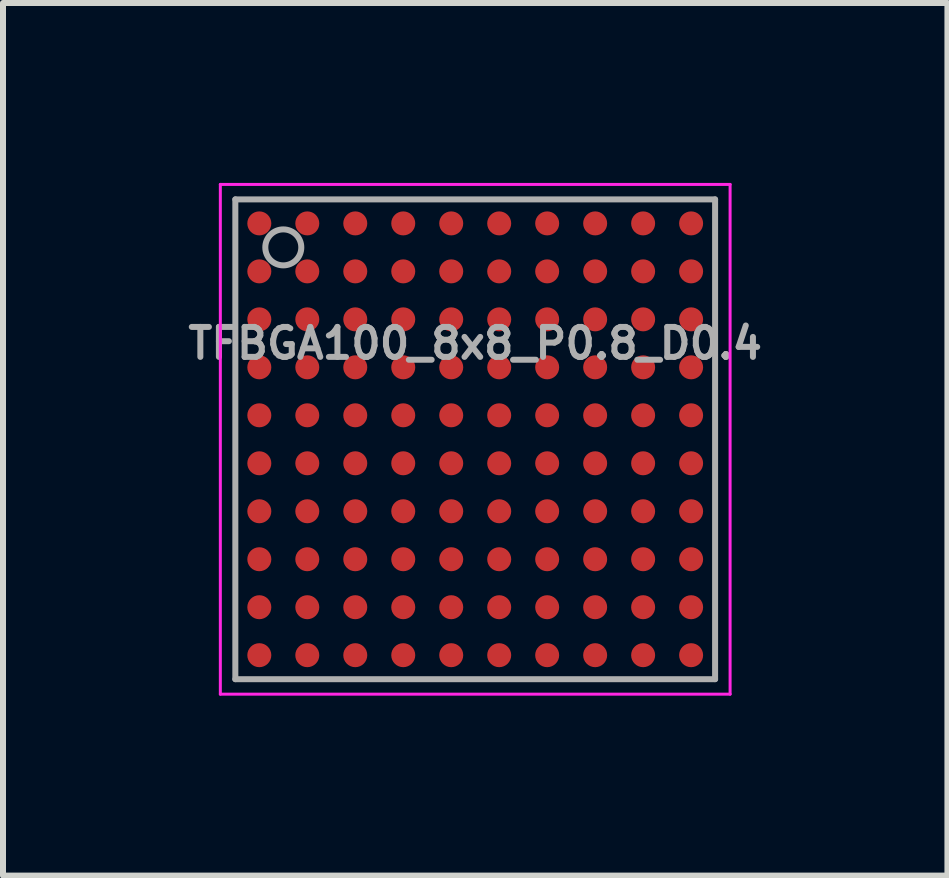
<source format=kicad_pcb>
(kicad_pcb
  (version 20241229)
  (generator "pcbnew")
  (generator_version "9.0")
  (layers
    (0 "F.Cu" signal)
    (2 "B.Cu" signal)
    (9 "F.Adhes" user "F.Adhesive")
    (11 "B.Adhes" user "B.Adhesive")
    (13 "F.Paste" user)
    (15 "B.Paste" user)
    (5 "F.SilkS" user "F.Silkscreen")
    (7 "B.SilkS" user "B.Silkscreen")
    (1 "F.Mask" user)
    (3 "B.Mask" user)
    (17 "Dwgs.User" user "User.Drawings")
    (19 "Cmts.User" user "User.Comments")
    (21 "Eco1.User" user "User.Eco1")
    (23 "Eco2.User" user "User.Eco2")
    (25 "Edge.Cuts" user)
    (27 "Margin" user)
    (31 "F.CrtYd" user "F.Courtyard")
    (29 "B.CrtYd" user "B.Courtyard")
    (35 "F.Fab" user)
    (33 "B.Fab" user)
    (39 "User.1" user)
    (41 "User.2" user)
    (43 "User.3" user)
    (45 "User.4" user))
  (footprint "TFBGA100_8x8_P0.8_D0.4"
    (layer "F.Cu")
    (at 4.874 4.275)
    (property "Reference" "TFBGA100_8x8_P0.8_D0.4" (at 0 -1.6 0) (layer "F.Fab") (effects (font (size 0.5 0.5) (thickness 0.1))))
    (attr smd)
    (fp_line (start -4.25 -4.25) (end 4.25 -4.25) (stroke (width 0.05) (type solid)) (layer "F.CrtYd"))
    (fp_line (start -4.25 4.25) (end -4.25 -4.25) (stroke (width 0.05) (type solid)) (layer "F.CrtYd"))
    (fp_line (start 4.25 -4.25) (end 4.25 4.25) (stroke (width 0.05) (type solid)) (layer "F.CrtYd"))
    (fp_line (start 4.25 4.25) (end -4.25 4.25) (stroke (width 0.05) (type solid)) (layer "F.CrtYd"))
    (fp_line (start -4 -4) (end -4 4) (stroke (width 0.1) (type solid)) (layer "F.Fab"))
    (fp_line (start -4 4) (end 4 4) (stroke (width 0.1) (type solid)) (layer "F.Fab"))
    (fp_line (start 4 -4) (end -4 -4) (stroke (width 0.1) (type solid)) (layer "F.Fab"))
    (fp_line (start 4 4) (end 4 -4) (stroke (width 0.1) (type solid)) (layer "F.Fab"))
    (fp_circle (center -3.2 -3.2) (end -2.9 -3.2) (stroke (width 0.1) (type solid)) (fill no) (layer "F.Fab"))
    (pad "A1" smd circle (at -3.6 -3.6) (size 0.4 0.4) (layers "F.Cu" "F.Mask" "F.Paste"))
    (pad "A2" smd circle (at -2.8 -3.6) (size 0.4 0.4) (layers "F.Cu" "F.Mask" "F.Paste"))
    (pad "A3" smd circle (at -2 -3.6) (size 0.4 0.4) (layers "F.Cu" "F.Mask" "F.Paste"))
    (pad "A4" smd circle (at -1.2 -3.6) (size 0.4 0.4) (layers "F.Cu" "F.Mask" "F.Paste"))
    (pad "A5" smd circle (at -0.4 -3.6) (size 0.4 0.4) (layers "F.Cu" "F.Mask" "F.Paste"))
    (pad "A6" smd circle (at 0.4 -3.6) (size 0.4 0.4) (layers "F.Cu" "F.Mask" "F.Paste"))
    (pad "A7" smd circle (at 1.2 -3.6) (size 0.4 0.4) (layers "F.Cu" "F.Mask" "F.Paste"))
    (pad "A8" smd circle (at 2 -3.6) (size 0.4 0.4) (layers "F.Cu" "F.Mask" "F.Paste"))
    (pad "A9" smd circle (at 2.8 -3.6) (size 0.4 0.4) (layers "F.Cu" "F.Mask" "F.Paste"))
    (pad "A10" smd circle (at 3.6 -3.6) (size 0.4 0.4) (layers "F.Cu" "F.Mask" "F.Paste"))
    (pad "B1" smd circle (at -3.6 -2.8) (size 0.4 0.4) (layers "F.Cu" "F.Mask" "F.Paste"))
    (pad "B2" smd circle (at -2.8 -2.8) (size 0.4 0.4) (layers "F.Cu" "F.Mask" "F.Paste"))
    (pad "B3" smd circle (at -2 -2.8) (size 0.4 0.4) (layers "F.Cu" "F.Mask" "F.Paste"))
    (pad "B4" smd circle (at -1.2 -2.8) (size 0.4 0.4) (layers "F.Cu" "F.Mask" "F.Paste"))
    (pad "B5" smd circle (at -0.4 -2.8) (size 0.4 0.4) (layers "F.Cu" "F.Mask" "F.Paste"))
    (pad "B6" smd circle (at 0.4 -2.8) (size 0.4 0.4) (layers "F.Cu" "F.Mask" "F.Paste"))
    (pad "B7" smd circle (at 1.2 -2.8) (size 0.4 0.4) (layers "F.Cu" "F.Mask" "F.Paste"))
    (pad "B8" smd circle (at 2 -2.8) (size 0.4 0.4) (layers "F.Cu" "F.Mask" "F.Paste"))
    (pad "B9" smd circle (at 2.8 -2.8) (size 0.4 0.4) (layers "F.Cu" "F.Mask" "F.Paste"))
    (pad "B10" smd circle (at 3.6 -2.8) (size 0.4 0.4) (layers "F.Cu" "F.Mask" "F.Paste"))
    (pad "C1" smd circle (at -3.6 -2) (size 0.4 0.4) (layers "F.Cu" "F.Mask" "F.Paste"))
    (pad "C2" smd circle (at -2.8 -2) (size 0.4 0.4) (layers "F.Cu" "F.Mask" "F.Paste"))
    (pad "C3" smd circle (at -2 -2) (size 0.4 0.4) (layers "F.Cu" "F.Mask" "F.Paste"))
    (pad "C4" smd circle (at -1.2 -2) (size 0.4 0.4) (layers "F.Cu" "F.Mask" "F.Paste"))
    (pad "C5" smd circle (at -0.4 -2) (size 0.4 0.4) (layers "F.Cu" "F.Mask" "F.Paste"))
    (pad "C6" smd circle (at 0.4 -2) (size 0.4 0.4) (layers "F.Cu" "F.Mask" "F.Paste"))
    (pad "C7" smd circle (at 1.2 -2) (size 0.4 0.4) (layers "F.Cu" "F.Mask" "F.Paste"))
    (pad "C8" smd circle (at 2 -2) (size 0.4 0.4) (layers "F.Cu" "F.Mask" "F.Paste"))
    (pad "C9" smd circle (at 2.8 -2) (size 0.4 0.4) (layers "F.Cu" "F.Mask" "F.Paste"))
    (pad "C10" smd circle (at 3.6 -2) (size 0.4 0.4) (layers "F.Cu" "F.Mask" "F.Paste"))
    (pad "D1" smd circle (at -3.6 -1.2) (size 0.4 0.4) (layers "F.Cu" "F.Mask" "F.Paste"))
    (pad "D2" smd circle (at -2.8 -1.2) (size 0.4 0.4) (layers "F.Cu" "F.Mask" "F.Paste"))
    (pad "D3" smd circle (at -2 -1.2) (size 0.4 0.4) (layers "F.Cu" "F.Mask" "F.Paste"))
    (pad "D4" smd circle (at -1.2 -1.2) (size 0.4 0.4) (layers "F.Cu" "F.Mask" "F.Paste"))
    (pad "D5" smd circle (at -0.4 -1.2) (size 0.4 0.4) (layers "F.Cu" "F.Mask" "F.Paste"))
    (pad "D6" smd circle (at 0.4 -1.2) (size 0.4 0.4) (layers "F.Cu" "F.Mask" "F.Paste"))
    (pad "D7" smd circle (at 1.2 -1.2) (size 0.4 0.4) (layers "F.Cu" "F.Mask" "F.Paste"))
    (pad "D8" smd circle (at 2 -1.2) (size 0.4 0.4) (layers "F.Cu" "F.Mask" "F.Paste"))
    (pad "D9" smd circle (at 2.8 -1.2) (size 0.4 0.4) (layers "F.Cu" "F.Mask" "F.Paste"))
    (pad "D10" smd circle (at 3.6 -1.2) (size 0.4 0.4) (layers "F.Cu" "F.Mask" "F.Paste"))
    (pad "E1" smd circle (at -3.6 -0.4) (size 0.4 0.4) (layers "F.Cu" "F.Mask" "F.Paste"))
    (pad "E2" smd circle (at -2.8 -0.4) (size 0.4 0.4) (layers "F.Cu" "F.Mask" "F.Paste"))
    (pad "E3" smd circle (at -2 -0.4) (size 0.4 0.4) (layers "F.Cu" "F.Mask" "F.Paste"))
    (pad "E4" smd circle (at -1.2 -0.4) (size 0.4 0.4) (layers "F.Cu" "F.Mask" "F.Paste"))
    (pad "E5" smd circle (at -0.4 -0.4) (size 0.4 0.4) (layers "F.Cu" "F.Mask" "F.Paste"))
    (pad "E6" smd circle (at 0.4 -0.4) (size 0.4 0.4) (layers "F.Cu" "F.Mask" "F.Paste"))
    (pad "E7" smd circle (at 1.2 -0.4) (size 0.4 0.4) (layers "F.Cu" "F.Mask" "F.Paste"))
    (pad "E8" smd circle (at 2 -0.4) (size 0.4 0.4) (layers "F.Cu" "F.Mask" "F.Paste"))
    (pad "E9" smd circle (at 2.8 -0.4) (size 0.4 0.4) (layers "F.Cu" "F.Mask" "F.Paste"))
    (pad "E10" smd circle (at 3.6 -0.4) (size 0.4 0.4) (layers "F.Cu" "F.Mask" "F.Paste"))
    (pad "F1" smd circle (at -3.6 0.4) (size 0.4 0.4) (layers "F.Cu" "F.Mask" "F.Paste"))
    (pad "F2" smd circle (at -2.8 0.4) (size 0.4 0.4) (layers "F.Cu" "F.Mask" "F.Paste"))
    (pad "F3" smd circle (at -2 0.4) (size 0.4 0.4) (layers "F.Cu" "F.Mask" "F.Paste"))
    (pad "F4" smd circle (at -1.2 0.4) (size 0.4 0.4) (layers "F.Cu" "F.Mask" "F.Paste"))
    (pad "F5" smd circle (at -0.4 0.4) (size 0.4 0.4) (layers "F.Cu" "F.Mask" "F.Paste"))
    (pad "F6" smd circle (at 0.4 0.4) (size 0.4 0.4) (layers "F.Cu" "F.Mask" "F.Paste"))
    (pad "F7" smd circle (at 1.2 0.4) (size 0.4 0.4) (layers "F.Cu" "F.Mask" "F.Paste"))
    (pad "F8" smd circle (at 2 0.4) (size 0.4 0.4) (layers "F.Cu" "F.Mask" "F.Paste"))
    (pad "F9" smd circle (at 2.8 0.4) (size 0.4 0.4) (layers "F.Cu" "F.Mask" "F.Paste"))
    (pad "F10" smd circle (at 3.6 0.4) (size 0.4 0.4) (layers "F.Cu" "F.Mask" "F.Paste"))
    (pad "G1" smd circle (at -3.6 1.2) (size 0.4 0.4) (layers "F.Cu" "F.Mask" "F.Paste"))
    (pad "G2" smd circle (at -2.8 1.2) (size 0.4 0.4) (layers "F.Cu" "F.Mask" "F.Paste"))
    (pad "G3" smd circle (at -2 1.2) (size 0.4 0.4) (layers "F.Cu" "F.Mask" "F.Paste"))
    (pad "G4" smd circle (at -1.2 1.2) (size 0.4 0.4) (layers "F.Cu" "F.Mask" "F.Paste"))
    (pad "G5" smd circle (at -0.4 1.2) (size 0.4 0.4) (layers "F.Cu" "F.Mask" "F.Paste"))
    (pad "G6" smd circle (at 0.4 1.2) (size 0.4 0.4) (layers "F.Cu" "F.Mask" "F.Paste"))
    (pad "G7" smd circle (at 1.2 1.2) (size 0.4 0.4) (layers "F.Cu" "F.Mask" "F.Paste"))
    (pad "G8" smd circle (at 2 1.2) (size 0.4 0.4) (layers "F.Cu" "F.Mask" "F.Paste"))
    (pad "G9" smd circle (at 2.8 1.2) (size 0.4 0.4) (layers "F.Cu" "F.Mask" "F.Paste"))
    (pad "G10" smd circle (at 3.6 1.2) (size 0.4 0.4) (layers "F.Cu" "F.Mask" "F.Paste"))
    (pad "H1" smd circle (at -3.6 2) (size 0.4 0.4) (layers "F.Cu" "F.Mask" "F.Paste"))
    (pad "H2" smd circle (at -2.8 2) (size 0.4 0.4) (layers "F.Cu" "F.Mask" "F.Paste"))
    (pad "H3" smd circle (at -2 2) (size 0.4 0.4) (layers "F.Cu" "F.Mask" "F.Paste"))
    (pad "H4" smd circle (at -1.2 2) (size 0.4 0.4) (layers "F.Cu" "F.Mask" "F.Paste"))
    (pad "H5" smd circle (at -0.4 2) (size 0.4 0.4) (layers "F.Cu" "F.Mask" "F.Paste"))
    (pad "H6" smd circle (at 0.4 2) (size 0.4 0.4) (layers "F.Cu" "F.Mask" "F.Paste"))
    (pad "H7" smd circle (at 1.2 2) (size 0.4 0.4) (layers "F.Cu" "F.Mask" "F.Paste"))
    (pad "H8" smd circle (at 2 2) (size 0.4 0.4) (layers "F.Cu" "F.Mask" "F.Paste"))
    (pad "H9" smd circle (at 2.8 2) (size 0.4 0.4) (layers "F.Cu" "F.Mask" "F.Paste"))
    (pad "H10" smd circle (at 3.6 2) (size 0.4 0.4) (layers "F.Cu" "F.Mask" "F.Paste"))
    (pad "J1" smd circle (at -3.6 2.8) (size 0.4 0.4) (layers "F.Cu" "F.Mask" "F.Paste"))
    (pad "J2" smd circle (at -2.8 2.8) (size 0.4 0.4) (layers "F.Cu" "F.Mask" "F.Paste"))
    (pad "J3" smd circle (at -2 2.8) (size 0.4 0.4) (layers "F.Cu" "F.Mask" "F.Paste"))
    (pad "J4" smd circle (at -1.2 2.8) (size 0.4 0.4) (layers "F.Cu" "F.Mask" "F.Paste"))
    (pad "J5" smd circle (at -0.4 2.8) (size 0.4 0.4) (layers "F.Cu" "F.Mask" "F.Paste"))
    (pad "J6" smd circle (at 0.4 2.8) (size 0.4 0.4) (layers "F.Cu" "F.Mask" "F.Paste"))
    (pad "J7" smd circle (at 1.2 2.8) (size 0.4 0.4) (layers "F.Cu" "F.Mask" "F.Paste"))
    (pad "J8" smd circle (at 2 2.8) (size 0.4 0.4) (layers "F.Cu" "F.Mask" "F.Paste"))
    (pad "J9" smd circle (at 2.8 2.8) (size 0.4 0.4) (layers "F.Cu" "F.Mask" "F.Paste"))
    (pad "J10" smd circle (at 3.6 2.8) (size 0.4 0.4) (layers "F.Cu" "F.Mask" "F.Paste"))
    (pad "K1" smd circle (at -3.6 3.6) (size 0.4 0.4) (layers "F.Cu" "F.Mask" "F.Paste"))
    (pad "K2" smd circle (at -2.8 3.6) (size 0.4 0.4) (layers "F.Cu" "F.Mask" "F.Paste"))
    (pad "K3" smd circle (at -2 3.6) (size 0.4 0.4) (layers "F.Cu" "F.Mask" "F.Paste"))
    (pad "K4" smd circle (at -1.2 3.6) (size 0.4 0.4) (layers "F.Cu" "F.Mask" "F.Paste"))
    (pad "K5" smd circle (at -0.4 3.6) (size 0.4 0.4) (layers "F.Cu" "F.Mask" "F.Paste"))
    (pad "K6" smd circle (at 0.4 3.6) (size 0.4 0.4) (layers "F.Cu" "F.Mask" "F.Paste"))
    (pad "K7" smd circle (at 1.2 3.6) (size 0.4 0.4) (layers "F.Cu" "F.Mask" "F.Paste"))
    (pad "K8" smd circle (at 2 3.6) (size 0.4 0.4) (layers "F.Cu" "F.Mask" "F.Paste"))
    (pad "K9" smd circle (at 2.8 3.6) (size 0.4 0.4) (layers "F.Cu" "F.Mask" "F.Paste"))
    (pad "K10" smd circle (at 3.6 3.6) (size 0.4 0.4) (layers "F.Cu" "F.Mask" "F.Paste")))
  (gr_rect
    (start -3 -3)
    (end 12.748 11.55)
    (stroke (width 0.1) (type default))
    (fill no)
    (layer "Edge.Cuts")))
</source>
